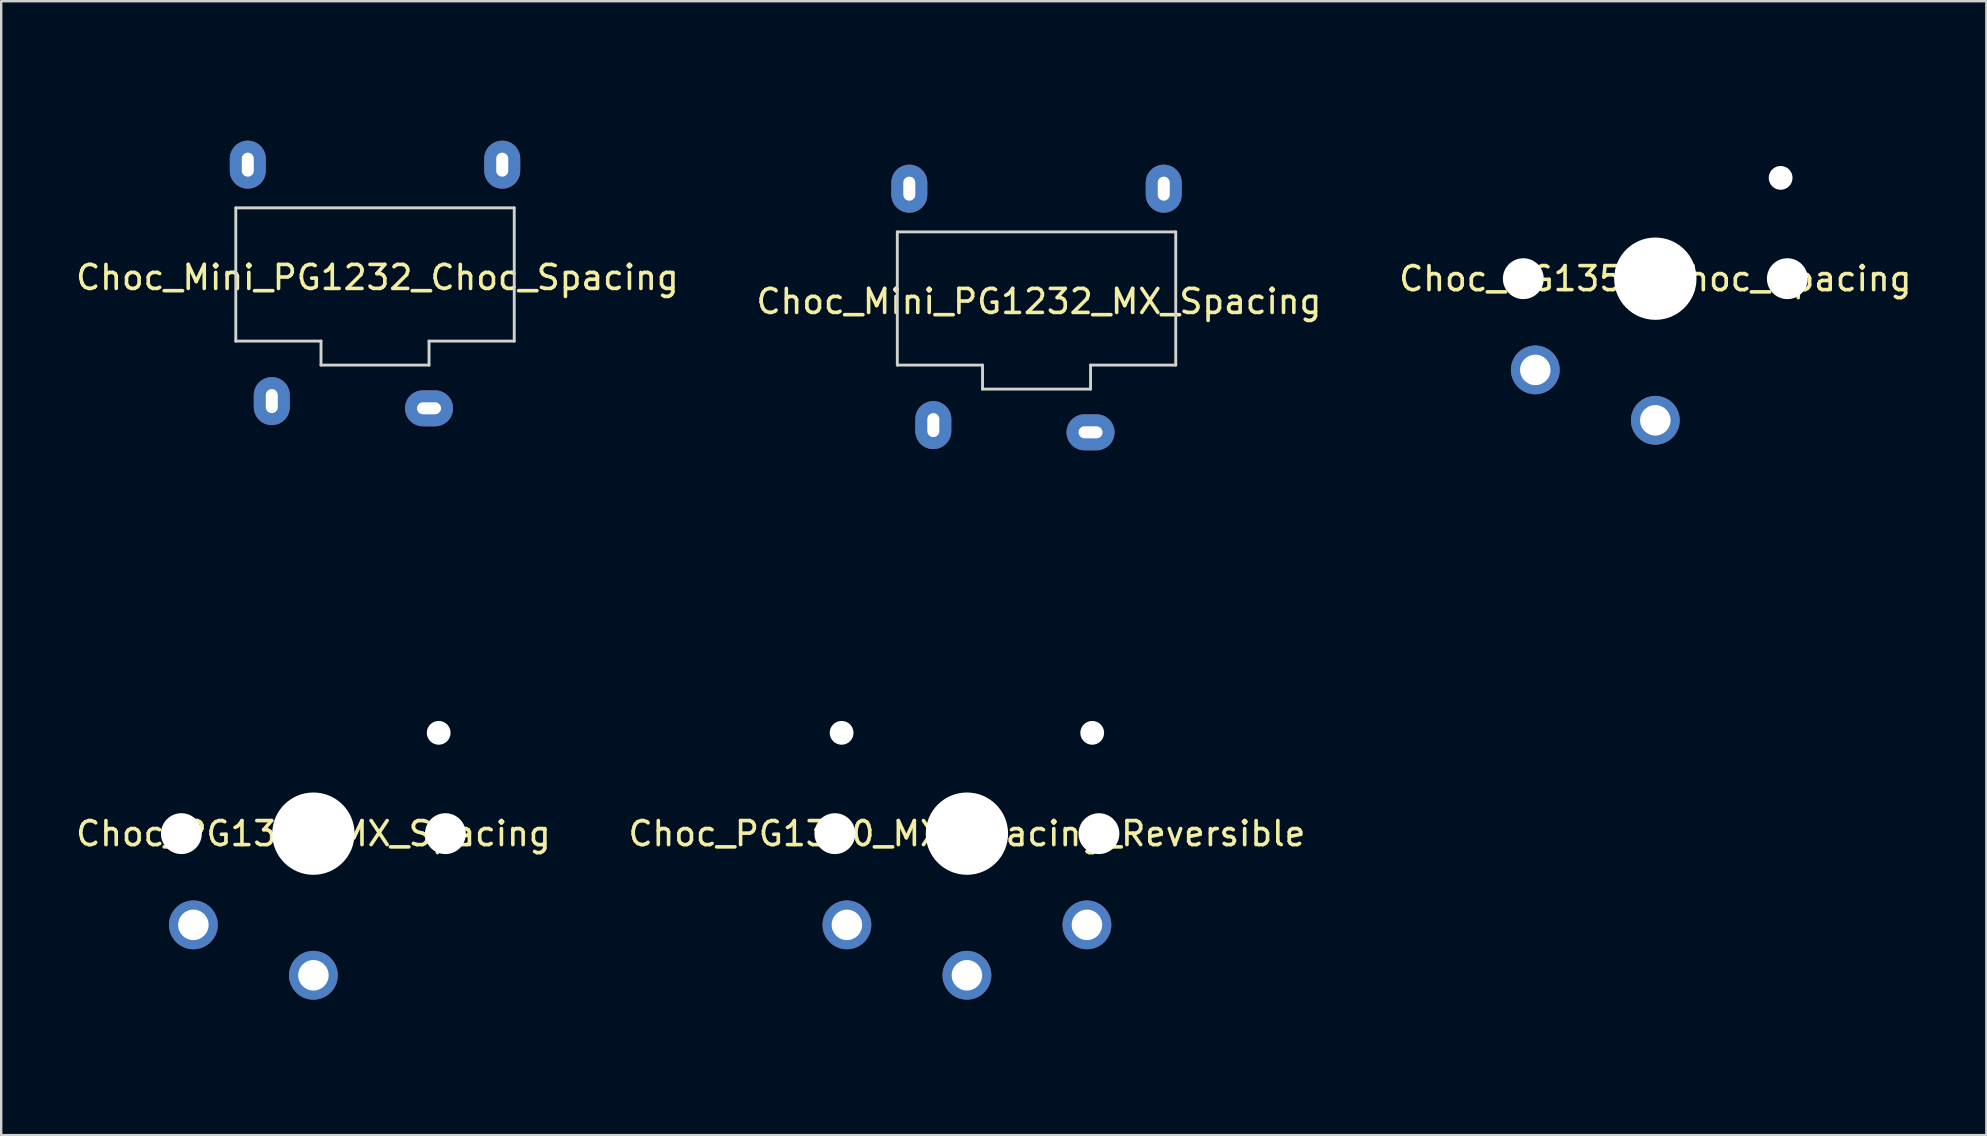
<source format=kicad_pcb>
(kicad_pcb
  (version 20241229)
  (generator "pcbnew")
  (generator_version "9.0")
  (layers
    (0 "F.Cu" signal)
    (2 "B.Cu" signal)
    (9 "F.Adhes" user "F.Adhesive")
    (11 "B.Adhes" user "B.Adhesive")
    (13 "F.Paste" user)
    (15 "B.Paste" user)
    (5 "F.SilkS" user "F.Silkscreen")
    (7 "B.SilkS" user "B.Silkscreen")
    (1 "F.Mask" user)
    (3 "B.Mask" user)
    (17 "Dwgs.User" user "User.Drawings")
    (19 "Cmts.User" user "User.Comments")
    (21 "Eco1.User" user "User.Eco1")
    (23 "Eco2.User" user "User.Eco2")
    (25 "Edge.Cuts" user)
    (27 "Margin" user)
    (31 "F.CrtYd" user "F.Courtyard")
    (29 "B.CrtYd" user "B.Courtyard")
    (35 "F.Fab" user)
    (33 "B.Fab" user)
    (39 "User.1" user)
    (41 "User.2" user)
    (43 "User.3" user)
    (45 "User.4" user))
  (footprint "Choc_PG1350_MX_Spacing"
    (layer "F.Cu")
    (at 10.006 31.68)
    (property "Reference" "Choc_PG1350_MX_Spacing" (at 0 0 0) (layer "F.SilkS") (effects (font (size 1 1) (thickness 0.15))))
    (attr through_hole)
    (fp_line (start -9.5 -9.5) (end 9.5 -9.5) (stroke (width 0.12) (type solid)) (layer "Eco1.User"))
    (fp_line (start -9.5 9.5) (end -9.5 -9.5) (stroke (width 0.12) (type solid)) (layer "Eco1.User"))
    (fp_line (start 9.5 -9.5) (end 9.5 9.5) (stroke (width 0.12) (type solid)) (layer "Eco1.User"))
    (fp_line (start 9.5 9.5) (end -9.5 9.5) (stroke (width 0.12) (type solid)) (layer "Eco1.User"))
    (fp_line (start -6.9 6.9) (end -6.9 -6.9) (stroke (width 0.15) (type solid)) (layer "Eco2.User"))
    (fp_line (start -6.9 6.9) (end 6.9 6.9) (stroke (width 0.15) (type solid)) (layer "Eco2.User"))
    (fp_line (start -2.6 -3.1) (end -2.6 -6.3) (stroke (width 0.15) (type solid)) (layer "Eco2.User"))
    (fp_line (start -2.6 -3.1) (end 2.6 -3.1) (stroke (width 0.15) (type solid)) (layer "Eco2.User"))
    (fp_line (start 2.6 -6.3) (end -2.6 -6.3) (stroke (width 0.15) (type solid)) (layer "Eco2.User"))
    (fp_line (start 2.6 -3.1) (end 2.6 -6.3) (stroke (width 0.15) (type solid)) (layer "Eco2.User"))
    (fp_line (start 6.9 -6.9) (end -6.9 -6.9) (stroke (width 0.15) (type solid)) (layer "Eco2.User"))
    (fp_line (start 6.9 -6.9) (end 6.9 6.9) (stroke (width 0.15) (type solid)) (layer "Eco2.User"))
    (pad "" np_thru_hole circle (at -5.5 0) (size 1.702 1.702) (drill 1.702) (layers "*.Cu" "*.Mask"))
    (pad "" np_thru_hole circle (at 0 0) (size 3.429 3.429) (drill 3.429) (layers "*.Cu" "*.Mask"))
    (pad "" np_thru_hole circle (at 5.22 -4.2) (size 0.991 0.991) (drill 0.991) (layers "*.Cu" "*.Mask"))
    (pad "" np_thru_hole circle (at 5.5 0) (size 1.702 1.702) (drill 1.702) (layers "*.Cu" "*.Mask"))
    (pad "1" thru_hole circle (at 0 5.9) (size 2.032 2.032) (drill 1.27) (layers "*.Cu" "*.Mask"))
    (pad "2" thru_hole circle (at -5 3.8) (size 2.032 2.032) (drill 1.27) (layers "*.Cu" "*.Mask")))
  (footprint "Choc_Mini_PG1232_Choc_Spacing"
    (layer "F.Cu")
    (at 12.573 8.56)
    (property "Reference" "Choc_Mini_PG1232_Choc_Spacing" (at 0.1 -0.05 0) (layer "F.SilkS") (effects (font (size 1 1) (thickness 0.15))))
    (attr through_hole)
    (fp_line (start -9 -8.5) (end -9 8.5) (stroke (width 0.12) (type solid)) (layer "Eco1.User"))
    (fp_line (start -9 -8.5) (end 9 -8.5) (stroke (width 0.12) (type solid)) (layer "Eco1.User"))
    (fp_line (start -9 8.5) (end 9 8.5) (stroke (width 0.12) (type solid)) (layer "Eco1.User"))
    (fp_line (start 9 -8.5) (end 9 8.5) (stroke (width 0.12) (type solid)) (layer "Eco1.User"))
    (fp_line (start -7.25 -6.75) (end -7.25 6.75) (stroke (width 0.15) (type solid)) (layer "Eco2.User"))
    (fp_line (start -7.25 -6.75) (end 7.25 -6.75) (stroke (width 0.15) (type solid)) (layer "Eco2.User"))
    (fp_line (start -7.25 6.75) (end 7.25 6.75) (stroke (width 0.15) (type solid)) (layer "Eco2.User"))
    (fp_line (start -2.8 -3.2) (end -2.8 -5.35) (stroke (width 0.15) (type solid)) (layer "Eco2.User"))
    (fp_line (start -2.8 -3.2) (end 2.8 -3.2) (stroke (width 0.15) (type solid)) (layer "Eco2.User"))
    (fp_line (start 2.8 -5.35) (end -2.8 -5.35) (stroke (width 0.15) (type solid)) (layer "Eco2.User"))
    (fp_line (start 2.8 -3.2) (end 2.8 -5.35) (stroke (width 0.15) (type solid)) (layer "Eco2.User"))
    (fp_line (start 7.25 -6.75) (end 7.25 6.75) (stroke (width 0.15) (type solid)) (layer "Eco2.User"))
    (fp_line (start -5.8 -2.95) (end 5.8 -2.95) (stroke (width 0.12) (type solid)) (layer "Edge.Cuts"))
    (fp_line (start -5.8 2.6) (end -5.8 -2.95) (stroke (width 0.12) (type solid)) (layer "Edge.Cuts"))
    (fp_line (start -2.25 2.6) (end -5.8 2.6) (stroke (width 0.12) (type solid)) (layer "Edge.Cuts"))
    (fp_line (start -2.25 2.6) (end -2.25 3.6) (stroke (width 0.12) (type solid)) (layer "Edge.Cuts"))
    (fp_line (start -2.25 3.6) (end 2.25 3.6) (stroke (width 0.12) (type solid)) (layer "Edge.Cuts"))
    (fp_line (start 2.25 2.6) (end 5.8 2.6) (stroke (width 0.12) (type solid)) (layer "Edge.Cuts"))
    (fp_line (start 2.25 3.6) (end 2.25 2.6) (stroke (width 0.12) (type solid)) (layer "Edge.Cuts"))
    (fp_line (start 5.8 -2.95) (end 5.8 2.6) (stroke (width 0.12) (type solid)) (layer "Edge.Cuts"))
    (pad "1" thru_hole oval (at -4.3 5.1) (size 1.5 2) (drill oval 0.5 1) (layers "*.Cu" "*.Mask"))
    (pad "2" thru_hole oval (at 2.25 5.4) (size 2 1.5) (drill oval 1 0.5) (layers "*.Cu" "*.Mask"))
    (pad "3" thru_hole oval (at 5.3 -4.75) (size 1.5 2) (drill oval 0.5 1) (layers "*.Cu" "*.Mask"))
    (pad "4" thru_hole oval (at -5.3 -4.75) (size 1.5 2) (drill oval 0.5 1) (layers "*.Cu" "*.Mask")))
  (footprint "Choc_PG1350_MX_Spacing_Reversible"
    (layer "F.Cu")
    (at 37.232 31.68)
    (property "Reference" "Choc_PG1350_MX_Spacing_Reversible" (at 0 0 0) (layer "F.SilkS") (effects (font (size 1 1) (thickness 0.15))))
    (attr through_hole)
    (fp_line (start -9.5 -9.5) (end 9.5 -9.5) (stroke (width 0.12) (type solid)) (layer "Eco1.User"))
    (fp_line (start -9.5 9.5) (end -9.5 -9.5) (stroke (width 0.12) (type solid)) (layer "Eco1.User"))
    (fp_line (start 9.5 -9.5) (end 9.5 9.5) (stroke (width 0.12) (type solid)) (layer "Eco1.User"))
    (fp_line (start 9.5 9.5) (end -9.5 9.5) (stroke (width 0.12) (type solid)) (layer "Eco1.User"))
    (fp_line (start -6.9 6.9) (end -6.9 -6.9) (stroke (width 0.15) (type solid)) (layer "Eco2.User"))
    (fp_line (start -6.9 6.9) (end 6.9 6.9) (stroke (width 0.15) (type solid)) (layer "Eco2.User"))
    (fp_line (start -2.6 -3.1) (end -2.6 -6.3) (stroke (width 0.15) (type solid)) (layer "Eco2.User"))
    (fp_line (start -2.6 -3.1) (end 2.6 -3.1) (stroke (width 0.15) (type solid)) (layer "Eco2.User"))
    (fp_line (start 2.6 -6.3) (end -2.6 -6.3) (stroke (width 0.15) (type solid)) (layer "Eco2.User"))
    (fp_line (start 2.6 -3.1) (end 2.6 -6.3) (stroke (width 0.15) (type solid)) (layer "Eco2.User"))
    (fp_line (start 6.9 -6.9) (end -6.9 -6.9) (stroke (width 0.15) (type solid)) (layer "Eco2.User"))
    (fp_line (start 6.9 -6.9) (end 6.9 6.9) (stroke (width 0.15) (type solid)) (layer "Eco2.User"))
    (pad "" np_thru_hole circle (at -5.5 0) (size 1.702 1.702) (drill 1.702) (layers "*.Cu" "*.Mask"))
    (pad "" np_thru_hole circle (at -5.22 -4.2) (size 0.991 0.991) (drill 0.991) (layers "*.Cu" "*.Mask"))
    (pad "" np_thru_hole circle (at 0 0) (size 3.429 3.429) (drill 3.429) (layers "*.Cu" "*.Mask"))
    (pad "" np_thru_hole circle (at 5.22 -4.2) (size 0.991 0.991) (drill 0.991) (layers "*.Cu" "*.Mask"))
    (pad "" np_thru_hole circle (at 5.5 0) (size 1.702 1.702) (drill 1.702) (layers "*.Cu" "*.Mask"))
    (pad "1" thru_hole circle (at 0 5.9) (size 2.032 2.032) (drill 1.27) (layers "*.Cu" "*.Mask"))
    (pad "2" thru_hole circle (at -5 3.8) (size 2.032 2.032) (drill 1.27) (layers "*.Cu" "*.Mask"))
    (pad "2" thru_hole circle (at 5 3.8) (size 2.032 2.032) (drill 1.27) (layers "*.Cu" "*.Mask")))
  (footprint "Choc_PG1350_Choc_Spacing"
    (layer "F.Cu")
    (at 65.911 8.56)
    (property "Reference" "Choc_PG1350_Choc_Spacing" (at 0 0 0) (layer "F.SilkS") (effects (font (size 1 1) (thickness 0.15))))
    (attr through_hole)
    (fp_line (start -9 -8.5) (end 9 -8.5) (stroke (width 0.12) (type solid)) (layer "Eco1.User"))
    (fp_line (start -9 8.5) (end -9 -8.5) (stroke (width 0.12) (type solid)) (layer "Eco1.User"))
    (fp_line (start 9 -8.5) (end 9 8.5) (stroke (width 0.12) (type solid)) (layer "Eco1.User"))
    (fp_line (start 9 8.5) (end -9 8.5) (stroke (width 0.12) (type solid)) (layer "Eco1.User"))
    (fp_line (start -6.9 6.9) (end -6.9 -6.9) (stroke (width 0.15) (type solid)) (layer "Eco2.User"))
    (fp_line (start -6.9 6.9) (end 6.9 6.9) (stroke (width 0.15) (type solid)) (layer "Eco2.User"))
    (fp_line (start -2.6 -3.1) (end -2.6 -6.3) (stroke (width 0.15) (type solid)) (layer "Eco2.User"))
    (fp_line (start -2.6 -3.1) (end 2.6 -3.1) (stroke (width 0.15) (type solid)) (layer "Eco2.User"))
    (fp_line (start 2.6 -6.3) (end -2.6 -6.3) (stroke (width 0.15) (type solid)) (layer "Eco2.User"))
    (fp_line (start 2.6 -3.1) (end 2.6 -6.3) (stroke (width 0.15) (type solid)) (layer "Eco2.User"))
    (fp_line (start 6.9 -6.9) (end -6.9 -6.9) (stroke (width 0.15) (type solid)) (layer "Eco2.User"))
    (fp_line (start 6.9 -6.9) (end 6.9 6.9) (stroke (width 0.15) (type solid)) (layer "Eco2.User"))
    (pad "" np_thru_hole circle (at -5.5 0) (size 1.702 1.702) (drill 1.702) (layers "*.Cu" "*.Mask"))
    (pad "" np_thru_hole circle (at 0 0) (size 3.429 3.429) (drill 3.429) (layers "*.Cu" "*.Mask"))
    (pad "" np_thru_hole circle (at 5.22 -4.2) (size 0.991 0.991) (drill 0.991) (layers "*.Cu" "*.Mask"))
    (pad "" np_thru_hole circle (at 5.5 0) (size 1.702 1.702) (drill 1.702) (layers "*.Cu" "*.Mask"))
    (pad "1" thru_hole circle (at 0 5.9) (size 2.032 2.032) (drill 1.27) (layers "*.Cu" "*.Mask"))
    (pad "2" thru_hole circle (at -5 3.8) (size 2.032 2.032) (drill 1.27) (layers "*.Cu" "*.Mask")))
  (footprint "Choc_Mini_PG1232_MX_Spacing"
    (layer "F.Cu")
    (at 40.132 9.56)
    (property "Reference" "Choc_Mini_PG1232_MX_Spacing" (at 0.1 -0.05 0) (layer "F.SilkS") (effects (font (size 1 1) (thickness 0.15))))
    (attr through_hole)
    (fp_line (start -9.5 -9.5) (end -9.5 9.5) (stroke (width 0.12) (type solid)) (layer "Eco1.User"))
    (fp_line (start -9.5 -9.5) (end 9.5 -9.5) (stroke (width 0.12) (type solid)) (layer "Eco1.User"))
    (fp_line (start -9.5 9.5) (end 9.5 9.5) (stroke (width 0.12) (type solid)) (layer "Eco1.User"))
    (fp_line (start 9.5 -9.5) (end 9.5 9.5) (stroke (width 0.12) (type solid)) (layer "Eco1.User"))
    (fp_line (start -7.25 -6.75) (end -7.25 6.75) (stroke (width 0.15) (type solid)) (layer "Eco2.User"))
    (fp_line (start -7.25 -6.75) (end 7.25 -6.75) (stroke (width 0.15) (type solid)) (layer "Eco2.User"))
    (fp_line (start -7.25 6.75) (end 7.25 6.75) (stroke (width 0.15) (type solid)) (layer "Eco2.User"))
    (fp_line (start -2.8 -3.2) (end -2.8 -5.35) (stroke (width 0.15) (type solid)) (layer "Eco2.User"))
    (fp_line (start -2.8 -3.2) (end 2.8 -3.2) (stroke (width 0.15) (type solid)) (layer "Eco2.User"))
    (fp_line (start 2.8 -5.35) (end -2.8 -5.35) (stroke (width 0.15) (type solid)) (layer "Eco2.User"))
    (fp_line (start 2.8 -3.2) (end 2.8 -5.35) (stroke (width 0.15) (type solid)) (layer "Eco2.User"))
    (fp_line (start 7.25 -6.75) (end 7.25 6.75) (stroke (width 0.15) (type solid)) (layer "Eco2.User"))
    (fp_line (start -5.8 -2.95) (end 5.8 -2.95) (stroke (width 0.12) (type solid)) (layer "Edge.Cuts"))
    (fp_line (start -5.8 2.6) (end -5.8 -2.95) (stroke (width 0.12) (type solid)) (layer "Edge.Cuts"))
    (fp_line (start -2.25 2.6) (end -5.8 2.6) (stroke (width 0.12) (type solid)) (layer "Edge.Cuts"))
    (fp_line (start -2.25 2.6) (end -2.25 3.6) (stroke (width 0.12) (type solid)) (layer "Edge.Cuts"))
    (fp_line (start -2.25 3.6) (end 2.25 3.6) (stroke (width 0.12) (type solid)) (layer "Edge.Cuts"))
    (fp_line (start 2.25 2.6) (end 5.8 2.6) (stroke (width 0.12) (type solid)) (layer "Edge.Cuts"))
    (fp_line (start 2.25 3.6) (end 2.25 2.6) (stroke (width 0.12) (type solid)) (layer "Edge.Cuts"))
    (fp_line (start 5.8 -2.95) (end 5.8 2.6) (stroke (width 0.12) (type solid)) (layer "Edge.Cuts"))
    (pad "1" thru_hole oval (at -4.3 5.1) (size 1.5 2) (drill oval 0.5 1) (layers "*.Cu" "*.Mask"))
    (pad "2" thru_hole oval (at 2.25 5.4) (size 2 1.5) (drill oval 1 0.5) (layers "*.Cu" "*.Mask"))
    (pad "3" thru_hole oval (at 5.3 -4.75) (size 1.5 2) (drill oval 0.5 1) (layers "*.Cu" "*.Mask"))
    (pad "4" thru_hole oval (at -5.3 -4.75) (size 1.5 2) (drill oval 0.5 1) (layers "*.Cu" "*.Mask")))
  (gr_rect
    (start -3 -3)
    (end 79.702 44.24)
    (stroke (width 0.1) (type default))
    (fill no)
    (layer "Edge.Cuts")))
</source>
